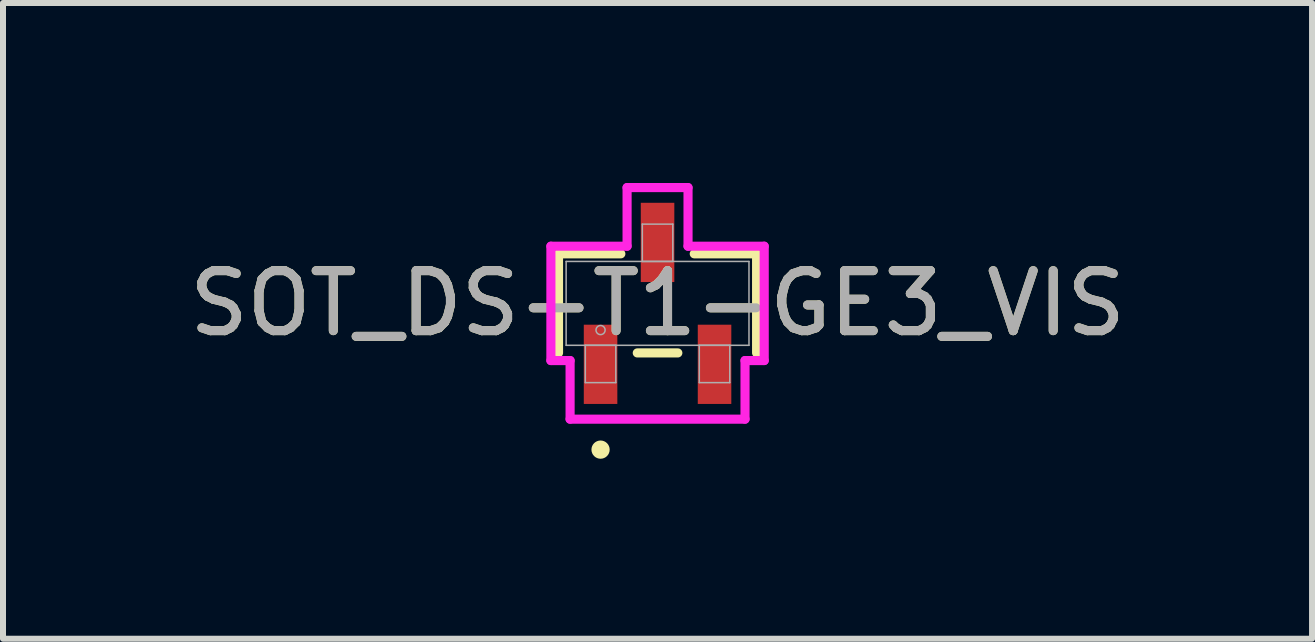
<source format=kicad_pcb>
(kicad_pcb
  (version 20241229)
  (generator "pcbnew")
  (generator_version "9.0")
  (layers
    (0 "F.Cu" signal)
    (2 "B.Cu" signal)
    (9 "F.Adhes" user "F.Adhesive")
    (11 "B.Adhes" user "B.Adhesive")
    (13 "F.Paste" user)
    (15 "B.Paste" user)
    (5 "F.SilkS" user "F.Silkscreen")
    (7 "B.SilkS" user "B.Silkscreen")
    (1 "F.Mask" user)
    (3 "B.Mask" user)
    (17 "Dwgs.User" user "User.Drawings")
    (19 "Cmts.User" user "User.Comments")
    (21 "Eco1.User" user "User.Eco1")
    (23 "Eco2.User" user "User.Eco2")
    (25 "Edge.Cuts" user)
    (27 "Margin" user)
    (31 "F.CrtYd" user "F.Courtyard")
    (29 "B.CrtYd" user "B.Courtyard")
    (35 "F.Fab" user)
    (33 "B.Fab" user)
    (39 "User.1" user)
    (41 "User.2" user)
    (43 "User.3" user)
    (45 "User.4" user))
  (footprint "SOT_DS-T1-GE3_VIS"
    (layer "F.Cu")
    (at 7.911 2.007)
    (property "Reference" "SOT_DS-T1-GE3_VIS" (at 0 0 0) (unlocked yes) (layer "F.SilkS") (effects (font (size 1 1) (thickness 0.15))))
    (attr smd)
    (fp_line (start -1.651 -0.826) (end -1.651 0.826) (stroke (width 0.152) (type solid)) (layer "F.SilkS"))
    (fp_line (start -0.612 -0.826) (end -1.651 -0.826) (stroke (width 0.152) (type solid)) (layer "F.SilkS"))
    (fp_line (start -0.338 0.826) (end 0.338 0.826) (stroke (width 0.152) (type solid)) (layer "F.SilkS"))
    (fp_line (start 1.651 -0.826) (end 0.612 -0.826) (stroke (width 0.152) (type solid)) (layer "F.SilkS"))
    (fp_line (start 1.651 0.826) (end 1.651 -0.826) (stroke (width 0.152) (type solid)) (layer "F.SilkS"))
    (fp_circle (center -0.95 2.438) (end -0.874 2.438) (stroke (width 0.152) (type solid)) (fill no) (layer "F.SilkS"))
    (fp_line (start -1.778 -0.953) (end -0.508 -0.953) (stroke (width 0.152) (type solid)) (layer "F.CrtYd"))
    (fp_line (start -1.778 0.953) (end -1.778 -0.953) (stroke (width 0.152) (type solid)) (layer "F.CrtYd"))
    (fp_line (start -1.778 0.953) (end -1.458 0.953) (stroke (width 0.152) (type solid)) (layer "F.CrtYd"))
    (fp_line (start -1.458 0.953) (end -1.458 1.93) (stroke (width 0.152) (type solid)) (layer "F.CrtYd"))
    (fp_line (start -1.458 1.93) (end 1.458 1.93) (stroke (width 0.152) (type solid)) (layer "F.CrtYd"))
    (fp_line (start -0.508 -1.93) (end 0.508 -1.93) (stroke (width 0.152) (type solid)) (layer "F.CrtYd"))
    (fp_line (start -0.508 -0.953) (end -0.508 -1.93) (stroke (width 0.152) (type solid)) (layer "F.CrtYd"))
    (fp_line (start 0.508 -0.953) (end 0.508 -1.93) (stroke (width 0.152) (type solid)) (layer "F.CrtYd"))
    (fp_line (start 1.458 0.953) (end 1.458 1.93) (stroke (width 0.152) (type solid)) (layer "F.CrtYd"))
    (fp_line (start 1.778 -0.953) (end 0.508 -0.953) (stroke (width 0.152) (type solid)) (layer "F.CrtYd"))
    (fp_line (start 1.778 -0.953) (end 1.778 0.953) (stroke (width 0.152) (type solid)) (layer "F.CrtYd"))
    (fp_line (start 1.778 0.953) (end 1.458 0.953) (stroke (width 0.152) (type solid)) (layer "F.CrtYd"))
    (fp_line (start -1.524 -0.699) (end -1.524 0.699) (stroke (width 0.025) (type solid)) (layer "F.Fab"))
    (fp_line (start -1.524 0.699) (end 1.524 0.699) (stroke (width 0.025) (type solid)) (layer "F.Fab"))
    (fp_line (start -1.204 0.699) (end -1.204 1.321) (stroke (width 0.025) (type solid)) (layer "F.Fab"))
    (fp_line (start -1.204 1.321) (end -0.696 1.321) (stroke (width 0.025) (type solid)) (layer "F.Fab"))
    (fp_line (start -0.696 0.699) (end -1.204 0.699) (stroke (width 0.025) (type solid)) (layer "F.Fab"))
    (fp_line (start -0.696 1.321) (end -0.696 0.699) (stroke (width 0.025) (type solid)) (layer "F.Fab"))
    (fp_line (start -0.254 -1.321) (end -0.254 -0.699) (stroke (width 0.025) (type solid)) (layer "F.Fab"))
    (fp_line (start -0.254 -0.699) (end 0.254 -0.699) (stroke (width 0.025) (type solid)) (layer "F.Fab"))
    (fp_line (start 0.254 -1.321) (end -0.254 -1.321) (stroke (width 0.025) (type solid)) (layer "F.Fab"))
    (fp_line (start 0.254 -0.699) (end 0.254 -1.321) (stroke (width 0.025) (type solid)) (layer "F.Fab"))
    (fp_line (start 0.696 0.699) (end 0.696 1.321) (stroke (width 0.025) (type solid)) (layer "F.Fab"))
    (fp_line (start 0.696 1.321) (end 1.204 1.321) (stroke (width 0.025) (type solid)) (layer "F.Fab"))
    (fp_line (start 1.204 0.699) (end 0.696 0.699) (stroke (width 0.025) (type solid)) (layer "F.Fab"))
    (fp_line (start 1.204 1.321) (end 1.204 0.699) (stroke (width 0.025) (type solid)) (layer "F.Fab"))
    (fp_line (start 1.524 -0.699) (end -1.524 -0.699) (stroke (width 0.025) (type solid)) (layer "F.Fab"))
    (fp_line (start 1.524 0.699) (end 1.524 -0.699) (stroke (width 0.025) (type solid)) (layer "F.Fab"))
    (fp_circle (center -0.95 0.445) (end -0.874 0.445) (stroke (width 0.025) (type solid)) (fill no) (layer "F.Fab"))
    (fp_text user "${REFERENCE}" (at 0 0 0) (unlocked yes) (layer "F.Fab") (effects (font (size 1 1) (thickness 0.15))))
    (pad "1" smd rect (at -0.95 1.016) (size 0.559 1.321) (layers "F.Cu" "F.Mask" "F.Paste"))
    (pad "2" smd rect (at 0.95 1.016) (size 0.559 1.321) (layers "F.Cu" "F.Mask" "F.Paste"))
    (pad "3" smd rect (at 0 -1.016) (size 0.559 1.321) (layers "F.Cu" "F.Mask" "F.Paste")))
  (gr_rect
    (start -3 -3)
    (end 18.821 7.597)
    (stroke (width 0.1) (type default))
    (fill no)
    (layer "Edge.Cuts")))
</source>
